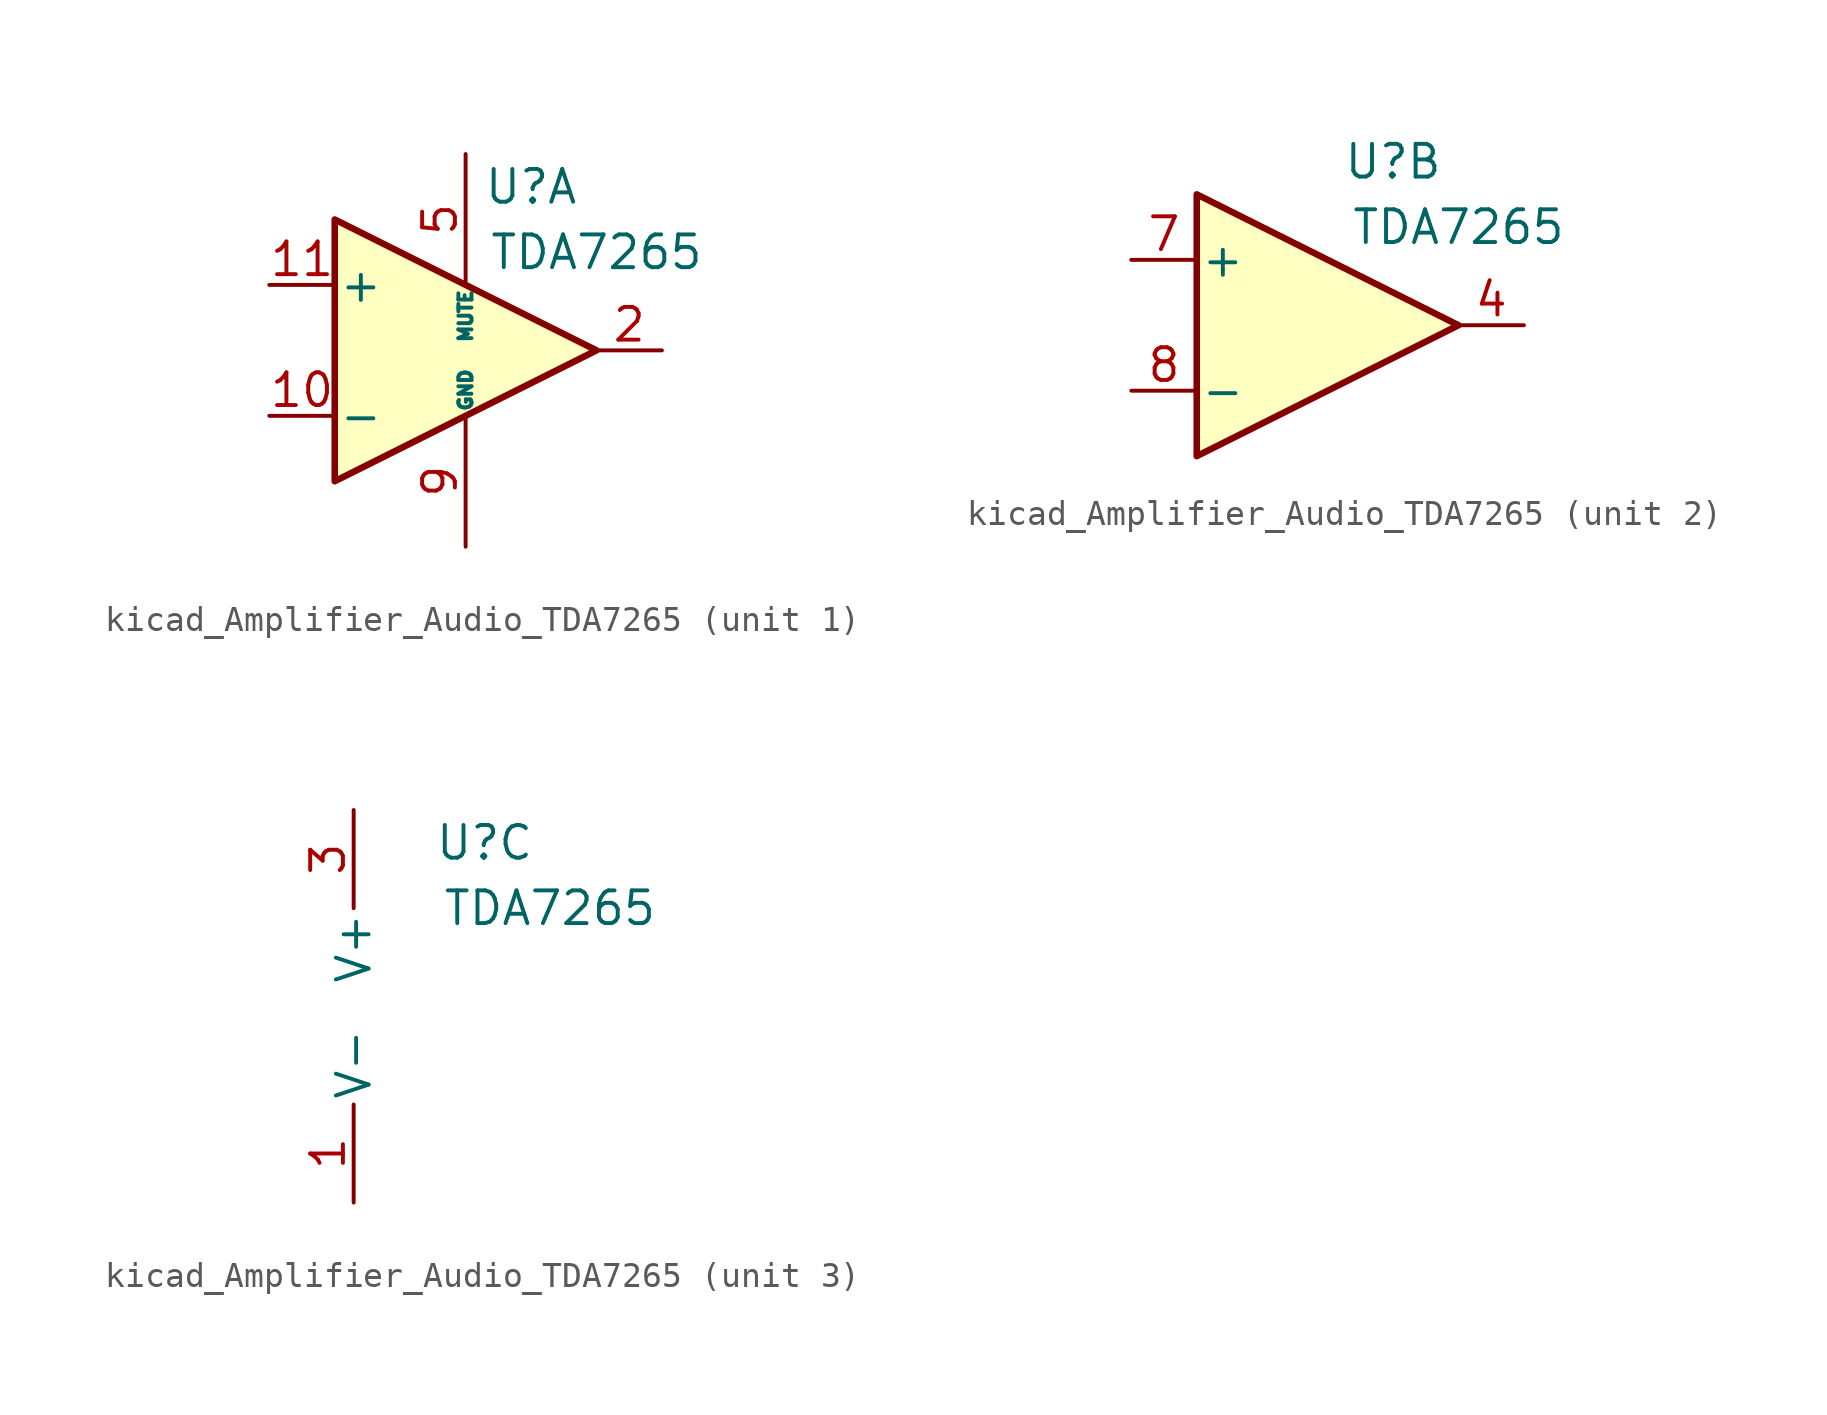
<source format=kicad_sym>
(kicad_symbol_lib
  (version 20220914)
  (generator kicad_symbol_editor)
  (symbol "kicad_Amplifier_Audio_TDA7265"
    (pin_names
      (offset 0.127))
    (property "Reference" "U"
      (at 2.54 6.35 0)
      (effects (font (size 1.27 1.27))))
    (property "Value" "TDA7265"
      (at 5.08 3.81 0)
      (effects (font (size 1.27 1.27))))
    (property "ki_locked" ""
      (at 0 0 0)
      (effects (font (size 1.27 1.27))))
    (symbol "kicad_Amplifier_Audio_TDA7265_1_1"
      (polyline (pts (xy 5.08 0) (xy -5.08 5.08) (xy -5.08 -5.08) (xy 5.08 0)) (stroke (width 0.254) (type default)) (fill (type background)))
      (pin input line (at -7.62 -2.54 0) (length 2.54) (name "-" (effects (font (size 1.27 1.27)))) (number "10" (effects (font (size 1.27 1.27)))))
      (pin input line (at -7.62 2.54 0) (length 2.54) (name "+" (effects (font (size 1.27 1.27)))) (number "11" (effects (font (size 1.27 1.27)))))
      (pin output line (at 7.62 0 180) (length 2.54) (name "~" (effects (font (size 1.27 1.27)))) (number "2" (effects (font (size 1.27 1.27)))))
      (pin input line (at 0 7.62 270) (length 5.08) (name "MUTE" (effects (font (size 0.508 0.508)))) (number "5" (effects (font (size 1.27 1.27)))))
      (pin power_in line (at 0 -7.62 90) (length 5.08) (name "GND" (effects (font (size 0.508 0.508)))) (number "9" (effects (font (size 1.27 1.27))))))
    (symbol "kicad_Amplifier_Audio_TDA7265_2_1"
      (polyline (pts (xy 5.08 0) (xy -5.08 5.08) (xy -5.08 -5.08) (xy 5.08 0)) (stroke (width 0.254) (type default)) (fill (type background)))
      (pin output line (at 7.62 0 180) (length 2.54) (name "~" (effects (font (size 1.27 1.27)))) (number "4" (effects (font (size 1.27 1.27)))))
      (pin input line (at -7.62 2.54 0) (length 2.54) (name "+" (effects (font (size 1.27 1.27)))) (number "7" (effects (font (size 1.27 1.27)))))
      (pin input line (at -7.62 -2.54 0) (length 2.54) (name "-" (effects (font (size 1.27 1.27)))) (number "8" (effects (font (size 1.27 1.27))))))
    (symbol "kicad_Amplifier_Audio_TDA7265_3_1"
      (pin power_in line (at -2.54 -7.62 90) (length 3.81) (name "V-" (effects (font (size 1.27 1.27)))) (number "1" (effects (font (size 1.27 1.27)))))
      (pin power_in line (at -2.54 7.62 270) (length 3.81) (name "V+" (effects (font (size 1.27 1.27)))) (number "3" (effects (font (size 1.27 1.27)))))
      (pin passive line (at -2.54 -7.62 90) (length 3.81) hide (name "V-" (effects (font (size 1.27 1.27)))) (number "6" (effects (font (size 1.27 1.27))))))))
</source>
